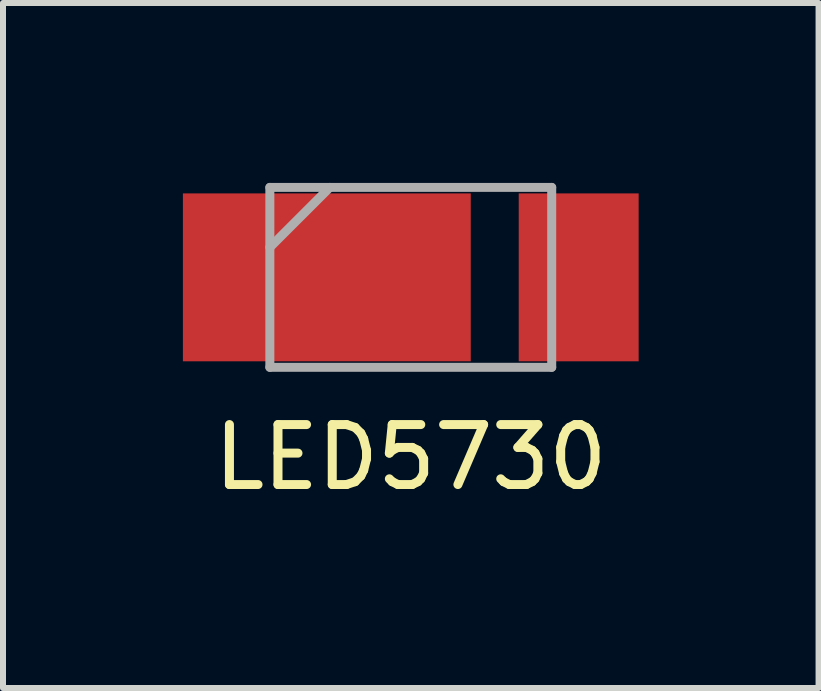
<source format=kicad_pcb>
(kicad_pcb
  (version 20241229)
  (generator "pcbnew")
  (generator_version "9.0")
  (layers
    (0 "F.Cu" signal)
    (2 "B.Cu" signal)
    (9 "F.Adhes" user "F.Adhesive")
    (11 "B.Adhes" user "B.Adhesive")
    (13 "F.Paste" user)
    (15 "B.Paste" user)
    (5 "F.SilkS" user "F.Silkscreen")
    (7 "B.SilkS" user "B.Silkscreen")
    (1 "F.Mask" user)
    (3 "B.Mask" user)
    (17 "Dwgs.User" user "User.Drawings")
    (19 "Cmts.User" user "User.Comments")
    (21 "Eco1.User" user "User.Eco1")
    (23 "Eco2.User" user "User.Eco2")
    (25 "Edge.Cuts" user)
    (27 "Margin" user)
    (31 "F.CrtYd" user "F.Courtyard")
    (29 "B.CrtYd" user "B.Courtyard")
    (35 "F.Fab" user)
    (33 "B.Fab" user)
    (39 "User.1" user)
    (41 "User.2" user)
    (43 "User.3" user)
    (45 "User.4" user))
  (footprint "LED5730"
    (layer "F.Cu")
    (at 3.8 1.575)
    (property "Reference" "LED5730" (at 0 3 0) (layer "F.SilkS") (effects (font (size 1 1) (thickness 0.15))))
    (attr through_hole)
    (fp_line (start -2.35 -1.5) (end -2.35 1.5) (stroke (width 0.15) (type solid)) (layer "F.Fab"))
    (fp_line (start -2.35 -1.5) (end 2.35 -1.5) (stroke (width 0.15) (type solid)) (layer "F.Fab"))
    (fp_line (start -2.35 -0.5) (end -1.35 -1.5) (stroke (width 0.15) (type solid)) (layer "F.Fab"))
    (fp_line (start -2.35 1.5) (end 2.35 1.5) (stroke (width 0.15) (type solid)) (layer "F.Fab"))
    (fp_line (start 2.35 -1.5) (end 2.35 1.5) (stroke (width 0.15) (type solid)) (layer "F.Fab"))
    (pad "1" smd rect (at -1.4 0) (size 4.8 2.8) (layers "F.Cu" "F.Mask" "F.Paste"))
    (pad "2" smd rect (at 2.8 0) (size 2 2.8) (layers "F.Cu" "F.Mask" "F.Paste")))
  (gr_rect
    (start -3 -3)
    (end 10.6 8.423)
    (stroke (width 0.1) (type default))
    (fill no)
    (layer "Edge.Cuts")))
</source>
